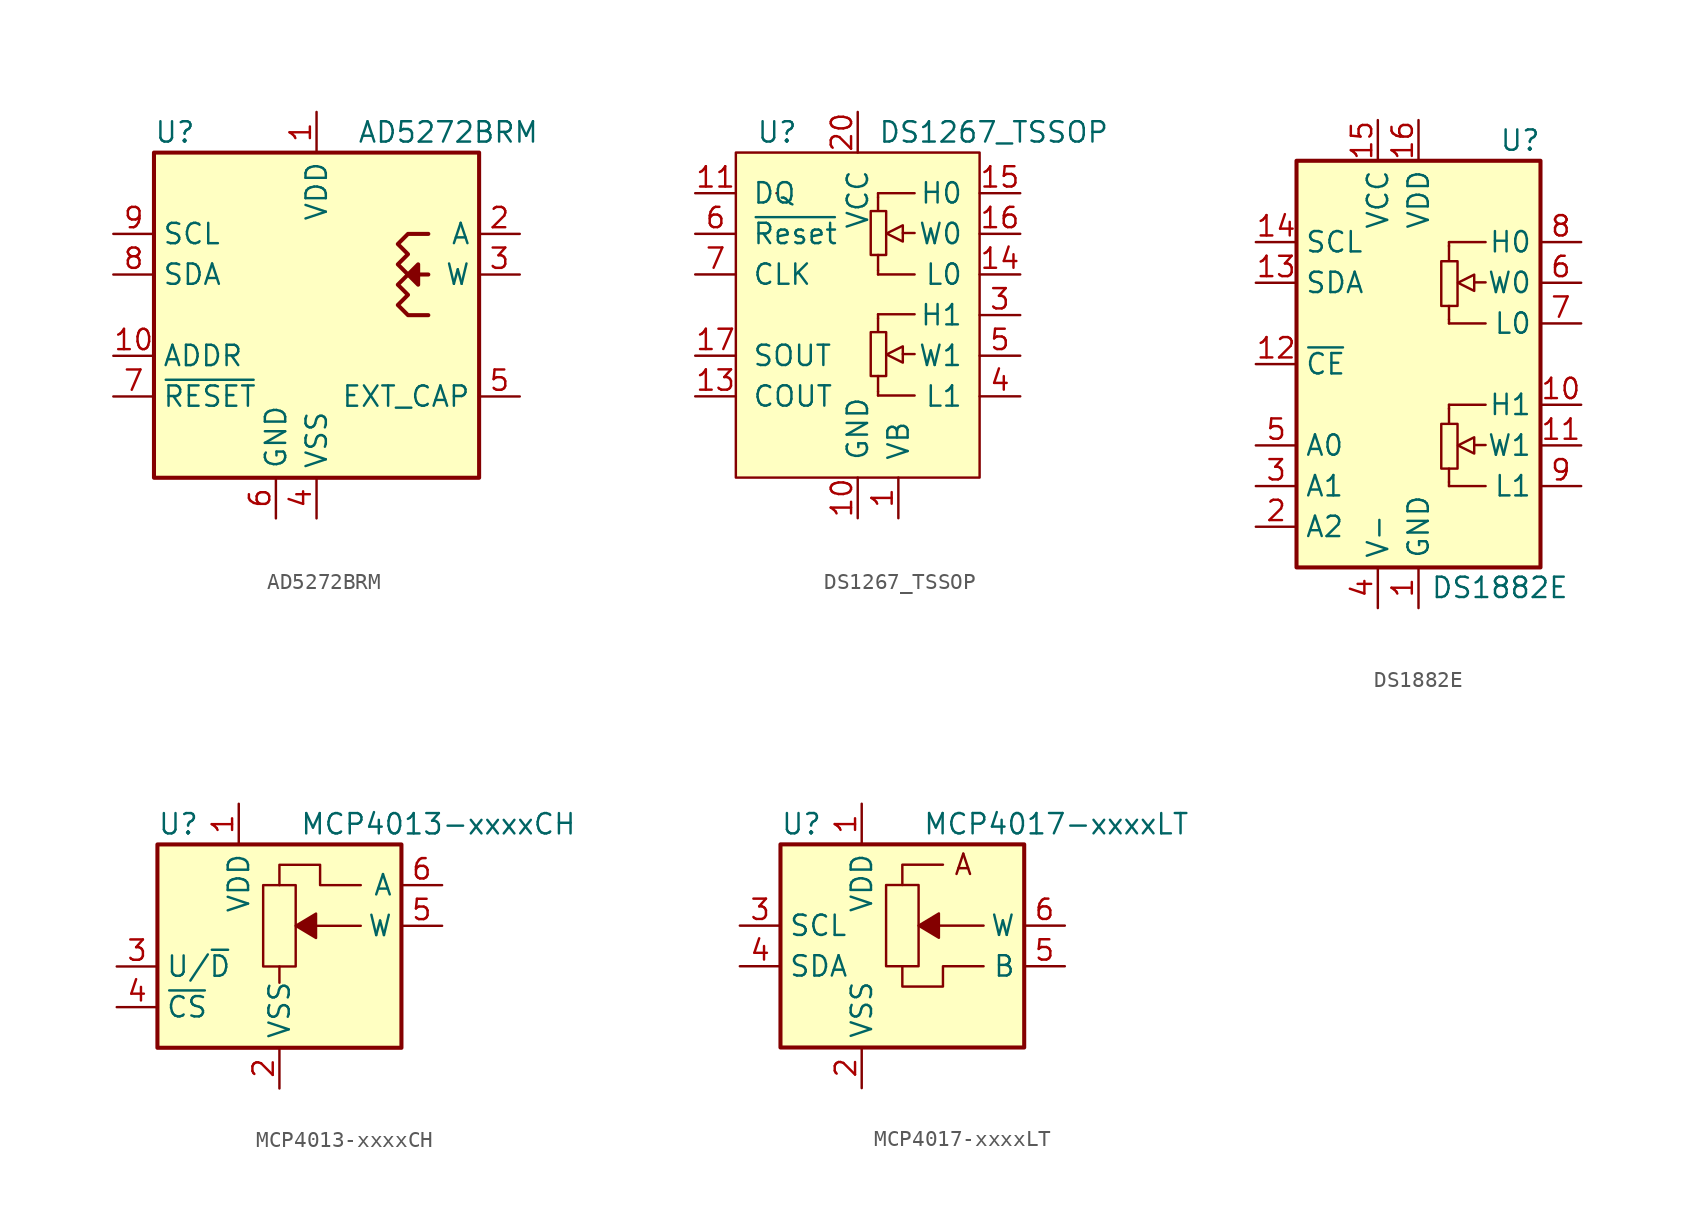
<source format=kicad_sym>
(kicad_symbol_lib
  (version 20220914)
  (generator kicad_symbol_editor)
  (symbol "AD5272BRM"
    (property "Reference" "U"
      (at -10.16 11.43 0)
      (effects (font (size 1.27 1.27)) (justify left)))
    (property "Value" "AD5272BRM"
      (at 2.54 11.43 0)
      (effects (font (size 1.27 1.27)) (justify left)))
    (symbol "AD5272BRM_0_1"
      (rectangle (start -10.16 10.16) (end 10.16 -10.16) (stroke (width 0.254) (type default)) (fill (type background)))
      (polyline (pts (xy 6.985 2.54) (xy 6.35 2.54) (xy 5.715 2.54) (xy 6.35 3.175) (xy 6.35 1.905) (xy 5.715 2.54)) (stroke (width 0.254) (type default)) (fill (type outline)))
      (polyline (pts (xy 6.985 5.08) (xy 5.715 5.08) (xy 5.08 4.445) (xy 5.715 3.81) (xy 5.08 3.175) (xy 5.715 2.54) (xy 5.08 1.905) (xy 5.715 1.27) (xy 5.08 0.635) (xy 5.715 0) (xy 6.985 0)) (stroke (width 0.254) (type default)) (fill (type none))))
    (symbol "AD5272BRM_1_1"
      (pin power_in line (at 0 12.7 270) (length 2.54) (name "VDD" (effects (font (size 1.27 1.27)))) (number "1" (effects (font (size 1.27 1.27)))))
      (pin passive line (at -12.7 -2.54 0) (length 2.54) (name "ADDR" (effects (font (size 1.27 1.27)))) (number "10" (effects (font (size 1.27 1.27)))))
      (pin passive line (at 12.7 5.08 180) (length 2.54) (name "A" (effects (font (size 1.27 1.27)))) (number "2" (effects (font (size 1.27 1.27)))))
      (pin passive line (at 12.7 2.54 180) (length 2.54) (name "W" (effects (font (size 1.27 1.27)))) (number "3" (effects (font (size 1.27 1.27)))))
      (pin power_in line (at 0 -12.7 90) (length 2.54) (name "VSS" (effects (font (size 1.27 1.27)))) (number "4" (effects (font (size 1.27 1.27)))))
      (pin passive line (at 12.7 -5.08 180) (length 2.54) (name "EXT_CAP" (effects (font (size 1.27 1.27)))) (number "5" (effects (font (size 1.27 1.27)))))
      (pin power_in line (at -2.54 -12.7 90) (length 2.54) (name "GND" (effects (font (size 1.27 1.27)))) (number "6" (effects (font (size 1.27 1.27)))))
      (pin input line (at -12.7 -5.08 0) (length 2.54) (name "~{RESET}" (effects (font (size 1.27 1.27)))) (number "7" (effects (font (size 1.27 1.27)))))
      (pin bidirectional line (at -12.7 2.54 0) (length 2.54) (name "SDA" (effects (font (size 1.27 1.27)))) (number "8" (effects (font (size 1.27 1.27)))))
      (pin input line (at -12.7 5.08 0) (length 2.54) (name "SCL" (effects (font (size 1.27 1.27)))) (number "9" (effects (font (size 1.27 1.27)))))))
  (symbol "DS1267_TSSOP"
    (pin_names
      (offset 1.016))
    (property "Reference" "U"
      (at -6.35 11.43 0)
      (effects (font (size 1.27 1.27)) (justify left)))
    (property "Value" "DS1267_TSSOP"
      (at 1.27 11.43 0)
      (effects (font (size 1.27 1.27)) (justify left)))
    (symbol "DS1267_TSSOP_0_1"
      (rectangle (start -7.62 10.16) (end 7.62 -10.16) (stroke (width 0) (type default)) (fill (type background)))
      (rectangle (start -5.08 7.62) (end -5.08 7.62) (stroke (width 0) (type default)) (fill (type none)))
      (polyline (pts (xy 1.27 -4.775) (xy 1.27 -3.81)) (stroke (width 0) (type default)) (fill (type none)))
      (polyline (pts (xy 1.27 -0.203) (xy 1.27 -1.041)) (stroke (width 0) (type default)) (fill (type none)))
      (polyline (pts (xy 1.27 2.794) (xy 1.27 3.759)) (stroke (width 0) (type default)) (fill (type none)))
      (polyline (pts (xy 1.27 7.366) (xy 1.27 6.528)) (stroke (width 0) (type default)) (fill (type none)))
      (polyline (pts (xy 2.819 -2.438) (xy 3.556 -2.438)) (stroke (width 0) (type default)) (fill (type none)))
      (polyline (pts (xy 2.819 5.131) (xy 3.556 5.131)) (stroke (width 0) (type default)) (fill (type none)))
      (polyline (pts (xy 1.27 -5.029) (xy 1.27 -4.775) (xy 1.27 -4.775)) (stroke (width 0) (type default)) (fill (type background)))
      (polyline (pts (xy 1.27 -5.029) (xy 3.556 -5.029) (xy 3.556 -5.029)) (stroke (width 0) (type default)) (fill (type background)))
      (polyline (pts (xy 1.27 0.051) (xy 1.27 -0.203) (xy 1.27 -0.203)) (stroke (width 0) (type default)) (fill (type none)))
      (polyline (pts (xy 1.27 0.051) (xy 3.556 0.051) (xy 3.556 0.051)) (stroke (width 0) (type default)) (fill (type background)))
      (polyline (pts (xy 1.27 2.54) (xy 1.27 2.794) (xy 1.27 2.794)) (stroke (width 0) (type default)) (fill (type background)))
      (polyline (pts (xy 1.27 2.54) (xy 3.556 2.54) (xy 3.556 2.54)) (stroke (width 0) (type default)) (fill (type background)))
      (polyline (pts (xy 1.27 7.62) (xy 1.27 7.366) (xy 1.27 7.366)) (stroke (width 0) (type default)) (fill (type none)))
      (polyline (pts (xy 1.27 7.62) (xy 3.556 7.62) (xy 3.556 7.62)) (stroke (width 0) (type default)) (fill (type background)))
      (polyline (pts (xy 2.819 -1.956) (xy 2.819 -2.972) (xy 1.803 -2.464) (xy 2.819 -1.956) (xy 2.819 -1.956)) (stroke (width 0) (type default)) (fill (type background)))
      (polyline (pts (xy 2.819 5.613) (xy 2.819 4.597) (xy 1.803 5.105) (xy 2.819 5.613) (xy 2.819 5.613)) (stroke (width 0) (type default)) (fill (type background)))
      (rectangle (start 0.813 -1.067) (end 1.778 -3.81) (stroke (width 0) (type default)) (fill (type none)))
      (rectangle (start 0.813 6.502) (end 1.778 3.759) (stroke (width 0) (type default)) (fill (type none))))
    (symbol "DS1267_TSSOP_1_1"
      (pin power_in line (at 2.54 -12.7 90) (length 2.54) (name "VB" (effects (font (size 1.27 1.27)))) (number "1" (effects (font (size 1.27 1.27)))))
      (pin power_in line (at 0 -12.7 90) (length 2.54) (name "GND" (effects (font (size 1.27 1.27)))) (number "10" (effects (font (size 1.27 1.27)))))
      (pin input line (at -10.16 7.62 0) (length 2.54) (name "DQ" (effects (font (size 1.27 1.27)))) (number "11" (effects (font (size 1.27 1.27)))))
      (pin output line (at -10.16 -5.08 0) (length 2.54) (name "COUT" (effects (font (size 1.27 1.27)))) (number "13" (effects (font (size 1.27 1.27)))))
      (pin passive line (at 10.16 2.54 180) (length 2.54) (name "L0" (effects (font (size 1.27 1.27)))) (number "14" (effects (font (size 1.27 1.27)))))
      (pin passive line (at 10.16 7.62 180) (length 2.54) (name "H0" (effects (font (size 1.27 1.27)))) (number "15" (effects (font (size 1.27 1.27)))))
      (pin passive line (at 10.16 5.08 180) (length 2.54) (name "W0" (effects (font (size 1.27 1.27)))) (number "16" (effects (font (size 1.27 1.27)))))
      (pin output line (at -10.16 -2.54 0) (length 2.54) (name "SOUT" (effects (font (size 1.27 1.27)))) (number "17" (effects (font (size 1.27 1.27)))))
      (pin power_in line (at 0 12.7 270) (length 2.54) (name "VCC" (effects (font (size 1.27 1.27)))) (number "20" (effects (font (size 1.27 1.27)))))
      (pin passive line (at 10.16 0 180) (length 2.54) (name "H1" (effects (font (size 1.27 1.27)))) (number "3" (effects (font (size 1.27 1.27)))))
      (pin passive line (at 10.16 -5.08 180) (length 2.54) (name "L1" (effects (font (size 1.27 1.27)))) (number "4" (effects (font (size 1.27 1.27)))))
      (pin passive line (at 10.16 -2.54 180) (length 2.54) (name "W1" (effects (font (size 1.27 1.27)))) (number "5" (effects (font (size 1.27 1.27)))))
      (pin input line (at -10.16 5.08 0) (length 2.54) (name "~{Reset}" (effects (font (size 1.27 1.27)))) (number "6" (effects (font (size 1.27 1.27)))))
      (pin input line (at -10.16 2.54 0) (length 2.54) (name "CLK" (effects (font (size 1.27 1.27)))) (number "7" (effects (font (size 1.27 1.27)))))))
  (symbol "DS1882E"
    (property "Reference" "U"
      (at 6.35 13.97 0)
      (effects (font (size 1.27 1.27))))
    (property "Value" "DS1882E"
      (at 5.08 -13.97 0)
      (effects (font (size 1.27 1.27))))
    (symbol "DS1882E_0_1"
      (rectangle (start -7.62 12.7) (end 7.62 -12.7) (stroke (width 0.254) (type default)) (fill (type background))))
    (symbol "DS1882E_1_1"
      (polyline (pts (xy 1.905 -7.366) (xy 1.905 -6.528)) (stroke (width 0) (type default)) (fill (type none)))
      (polyline (pts (xy 1.905 -2.769) (xy 1.905 -3.708)) (stroke (width 0) (type default)) (fill (type none)))
      (polyline (pts (xy 1.905 2.794) (xy 1.905 3.632)) (stroke (width 0) (type default)) (fill (type none)))
      (polyline (pts (xy 1.905 7.391) (xy 1.905 6.452)) (stroke (width 0) (type default)) (fill (type none)))
      (polyline (pts (xy 3.48 -5.055) (xy 4.191 -5.055)) (stroke (width 0) (type default)) (fill (type none)))
      (polyline (pts (xy 3.48 5.105) (xy 4.191 5.105)) (stroke (width 0) (type default)) (fill (type none)))
      (polyline (pts (xy 1.905 -7.62) (xy 1.905 -7.366) (xy 1.905 -7.366)) (stroke (width 0) (type default)) (fill (type background)))
      (polyline (pts (xy 1.905 -7.62) (xy 4.191 -7.62) (xy 4.191 -7.62)) (stroke (width 0) (type default)) (fill (type background)))
      (polyline (pts (xy 1.905 -2.54) (xy 1.905 -2.794) (xy 1.905 -2.794)) (stroke (width 0) (type default)) (fill (type none)))
      (polyline (pts (xy 1.905 -2.54) (xy 4.191 -2.54) (xy 4.191 -2.54)) (stroke (width 0) (type default)) (fill (type background)))
      (polyline (pts (xy 1.905 2.54) (xy 1.905 2.794) (xy 1.905 2.794)) (stroke (width 0) (type default)) (fill (type background)))
      (polyline (pts (xy 1.905 2.54) (xy 4.191 2.54) (xy 4.191 2.54)) (stroke (width 0) (type default)) (fill (type background)))
      (polyline (pts (xy 1.905 7.62) (xy 1.905 7.366) (xy 1.905 7.366)) (stroke (width 0) (type default)) (fill (type none)))
      (polyline (pts (xy 1.905 7.62) (xy 4.191 7.62) (xy 4.191 7.62)) (stroke (width 0) (type default)) (fill (type background)))
      (polyline (pts (xy 3.48 -4.572) (xy 3.48 -5.588) (xy 2.464 -5.08) (xy 3.48 -4.572) (xy 3.48 -4.572)) (stroke (width 0) (type default)) (fill (type background)))
      (polyline (pts (xy 3.48 5.588) (xy 3.48 4.572) (xy 2.464 5.08) (xy 3.48 5.588) (xy 3.48 5.588)) (stroke (width 0) (type default)) (fill (type background)))
      (rectangle (start 1.422 -3.734) (end 2.438 -6.528) (stroke (width 0) (type default)) (fill (type none)))
      (rectangle (start 1.422 6.426) (end 2.438 3.632) (stroke (width 0) (type default)) (fill (type none)))
      (pin power_in line (at 0 -15.24 90) (length 2.54) (name "GND" (effects (font (size 1.27 1.27)))) (number "1" (effects (font (size 1.27 1.27)))))
      (pin passive line (at 10.16 -2.54 180) (length 2.54) (name "H1" (effects (font (size 1.27 1.27)))) (number "10" (effects (font (size 1.27 1.27)))))
      (pin passive line (at 10.16 -5.08 180) (length 2.54) (name "W1" (effects (font (size 1.27 1.27)))) (number "11" (effects (font (size 1.27 1.27)))))
      (pin input line (at -10.16 0 0) (length 2.54) (name "~{CE}" (effects (font (size 1.27 1.27)))) (number "12" (effects (font (size 1.27 1.27)))))
      (pin bidirectional line (at -10.16 5.08 0) (length 2.54) (name "SDA" (effects (font (size 1.27 1.27)))) (number "13" (effects (font (size 1.27 1.27)))))
      (pin input line (at -10.16 7.62 0) (length 2.54) (name "SCL" (effects (font (size 1.27 1.27)))) (number "14" (effects (font (size 1.27 1.27)))))
      (pin power_in line (at -2.54 15.24 270) (length 2.54) (name "VCC" (effects (font (size 1.27 1.27)))) (number "15" (effects (font (size 1.27 1.27)))))
      (pin power_in line (at 0 15.24 270) (length 2.54) (name "VDD" (effects (font (size 1.27 1.27)))) (number "16" (effects (font (size 1.27 1.27)))))
      (pin input line (at -10.16 -10.16 0) (length 2.54) (name "A2" (effects (font (size 1.27 1.27)))) (number "2" (effects (font (size 1.27 1.27)))))
      (pin input line (at -10.16 -7.62 0) (length 2.54) (name "A1" (effects (font (size 1.27 1.27)))) (number "3" (effects (font (size 1.27 1.27)))))
      (pin power_in line (at -2.54 -15.24 90) (length 2.54) (name "V-" (effects (font (size 1.27 1.27)))) (number "4" (effects (font (size 1.27 1.27)))))
      (pin input line (at -10.16 -5.08 0) (length 2.54) (name "A0" (effects (font (size 1.27 1.27)))) (number "5" (effects (font (size 1.27 1.27)))))
      (pin passive line (at 10.16 5.08 180) (length 2.54) (name "W0" (effects (font (size 1.27 1.27)))) (number "6" (effects (font (size 1.27 1.27)))))
      (pin passive line (at 10.16 2.54 180) (length 2.54) (name "L0" (effects (font (size 1.27 1.27)))) (number "7" (effects (font (size 1.27 1.27)))))
      (pin passive line (at 10.16 7.62 180) (length 2.54) (name "H0" (effects (font (size 1.27 1.27)))) (number "8" (effects (font (size 1.27 1.27)))))
      (pin passive line (at 10.16 -7.62 180) (length 2.54) (name "L1" (effects (font (size 1.27 1.27)))) (number "9" (effects (font (size 1.27 1.27)))))))
  (symbol "MCP4013-xxxxCH"
    (property "Reference" "U"
      (at -7.62 8.89 0)
      (effects (font (size 1.27 1.27)) (justify left)))
    (property "Value" "MCP4013-xxxxCH"
      (at 1.27 8.89 0)
      (effects (font (size 1.27 1.27)) (justify left)))
    (symbol "MCP4013-xxxxCH_0_1"
      (polyline (pts (xy 0 0) (xy 0 -1.016)) (stroke (width 0) (type default)) (fill (type none)))
      (polyline (pts (xy 5.08 5.08) (xy 2.54 5.08) (xy 2.54 6.35) (xy 0 6.35) (xy 0 5.08)) (stroke (width 0) (type default)) (fill (type none))))
    (symbol "MCP4013-xxxxCH_1_1"
      (rectangle (start -7.62 7.62) (end 7.62 -5.08) (stroke (width 0.254) (type default)) (fill (type background)))
      (polyline (pts (xy 5.08 2.54) (xy 2.286 2.54)) (stroke (width 0) (type default)) (fill (type none)))
      (polyline (pts (xy 2.286 1.778) (xy 2.286 3.302) (xy 1.016 2.54) (xy 2.286 1.778)) (stroke (width 0) (type default)) (fill (type outline)))
      (rectangle (start 1.016 0) (end -1.016 5.08) (stroke (width 0) (type default)) (fill (type none)))
      (pin power_in line (at -2.54 10.16 270) (length 2.54) (name "VDD" (effects (font (size 1.27 1.27)))) (number "1" (effects (font (size 1.27 1.27)))))
      (pin power_in line (at 0 -7.62 90) (length 2.54) (name "VSS" (effects (font (size 1.27 1.27)))) (number "2" (effects (font (size 1.27 1.27)))))
      (pin input line (at -10.16 0 0) (length 2.54) (name "U/~{D}" (effects (font (size 1.27 1.27)))) (number "3" (effects (font (size 1.27 1.27)))))
      (pin input line (at -10.16 -2.54 0) (length 2.54) (name "~{CS}" (effects (font (size 1.27 1.27)))) (number "4" (effects (font (size 1.27 1.27)))))
      (pin passive line (at 10.16 2.54 180) (length 2.54) (name "W" (effects (font (size 1.27 1.27)))) (number "5" (effects (font (size 1.27 1.27)))))
      (pin passive line (at 10.16 5.08 180) (length 2.54) (name "A" (effects (font (size 1.27 1.27)))) (number "6" (effects (font (size 1.27 1.27)))))))
  (symbol "MCP4017-xxxxLT"
    (property "Reference" "U"
      (at -7.62 8.89 0)
      (effects (font (size 1.27 1.27)) (justify left)))
    (property "Value" "MCP4017-xxxxLT"
      (at 1.27 8.89 0)
      (effects (font (size 1.27 1.27)) (justify left)))
    (symbol "MCP4017-xxxxLT_0_0"
      (polyline (pts (xy 0 5.08) (xy 0 6.35) (xy 2.54 6.35)) (stroke (width 0) (type default)) (fill (type none)))
      (polyline (pts (xy 5.08 0) (xy 2.54 0) (xy 2.54 -1.27) (xy 0 -1.27) (xy 0 0)) (stroke (width 0) (type default)) (fill (type none)))
      (text "A" (at 3.81 6.35 0) (effects (font (size 1.27 1.27)))))
    (symbol "MCP4017-xxxxLT_1_1"
      (rectangle (start -7.62 7.62) (end 7.62 -5.08) (stroke (width 0.254) (type default)) (fill (type background)))
      (polyline (pts (xy 5.08 2.54) (xy 2.286 2.54)) (stroke (width 0) (type default)) (fill (type none)))
      (polyline (pts (xy 2.286 1.778) (xy 2.286 3.302) (xy 1.016 2.54) (xy 2.286 1.778)) (stroke (width 0) (type default)) (fill (type outline)))
      (rectangle (start 1.016 0) (end -1.016 5.08) (stroke (width 0) (type default)) (fill (type none)))
      (pin power_in line (at -2.54 10.16 270) (length 2.54) (name "VDD" (effects (font (size 1.27 1.27)))) (number "1" (effects (font (size 1.27 1.27)))))
      (pin power_in line (at -2.54 -7.62 90) (length 2.54) (name "VSS" (effects (font (size 1.27 1.27)))) (number "2" (effects (font (size 1.27 1.27)))))
      (pin input line (at -10.16 2.54 0) (length 2.54) (name "SCL" (effects (font (size 1.27 1.27)))) (number "3" (effects (font (size 1.27 1.27)))))
      (pin bidirectional line (at -10.16 0 0) (length 2.54) (name "SDA" (effects (font (size 1.27 1.27)))) (number "4" (effects (font (size 1.27 1.27)))))
      (pin passive line (at 10.16 0 180) (length 2.54) (name "B" (effects (font (size 1.27 1.27)))) (number "5" (effects (font (size 1.27 1.27)))))
      (pin passive line (at 10.16 2.54 180) (length 2.54) (name "W" (effects (font (size 1.27 1.27)))) (number "6" (effects (font (size 1.27 1.27))))))))
</source>
